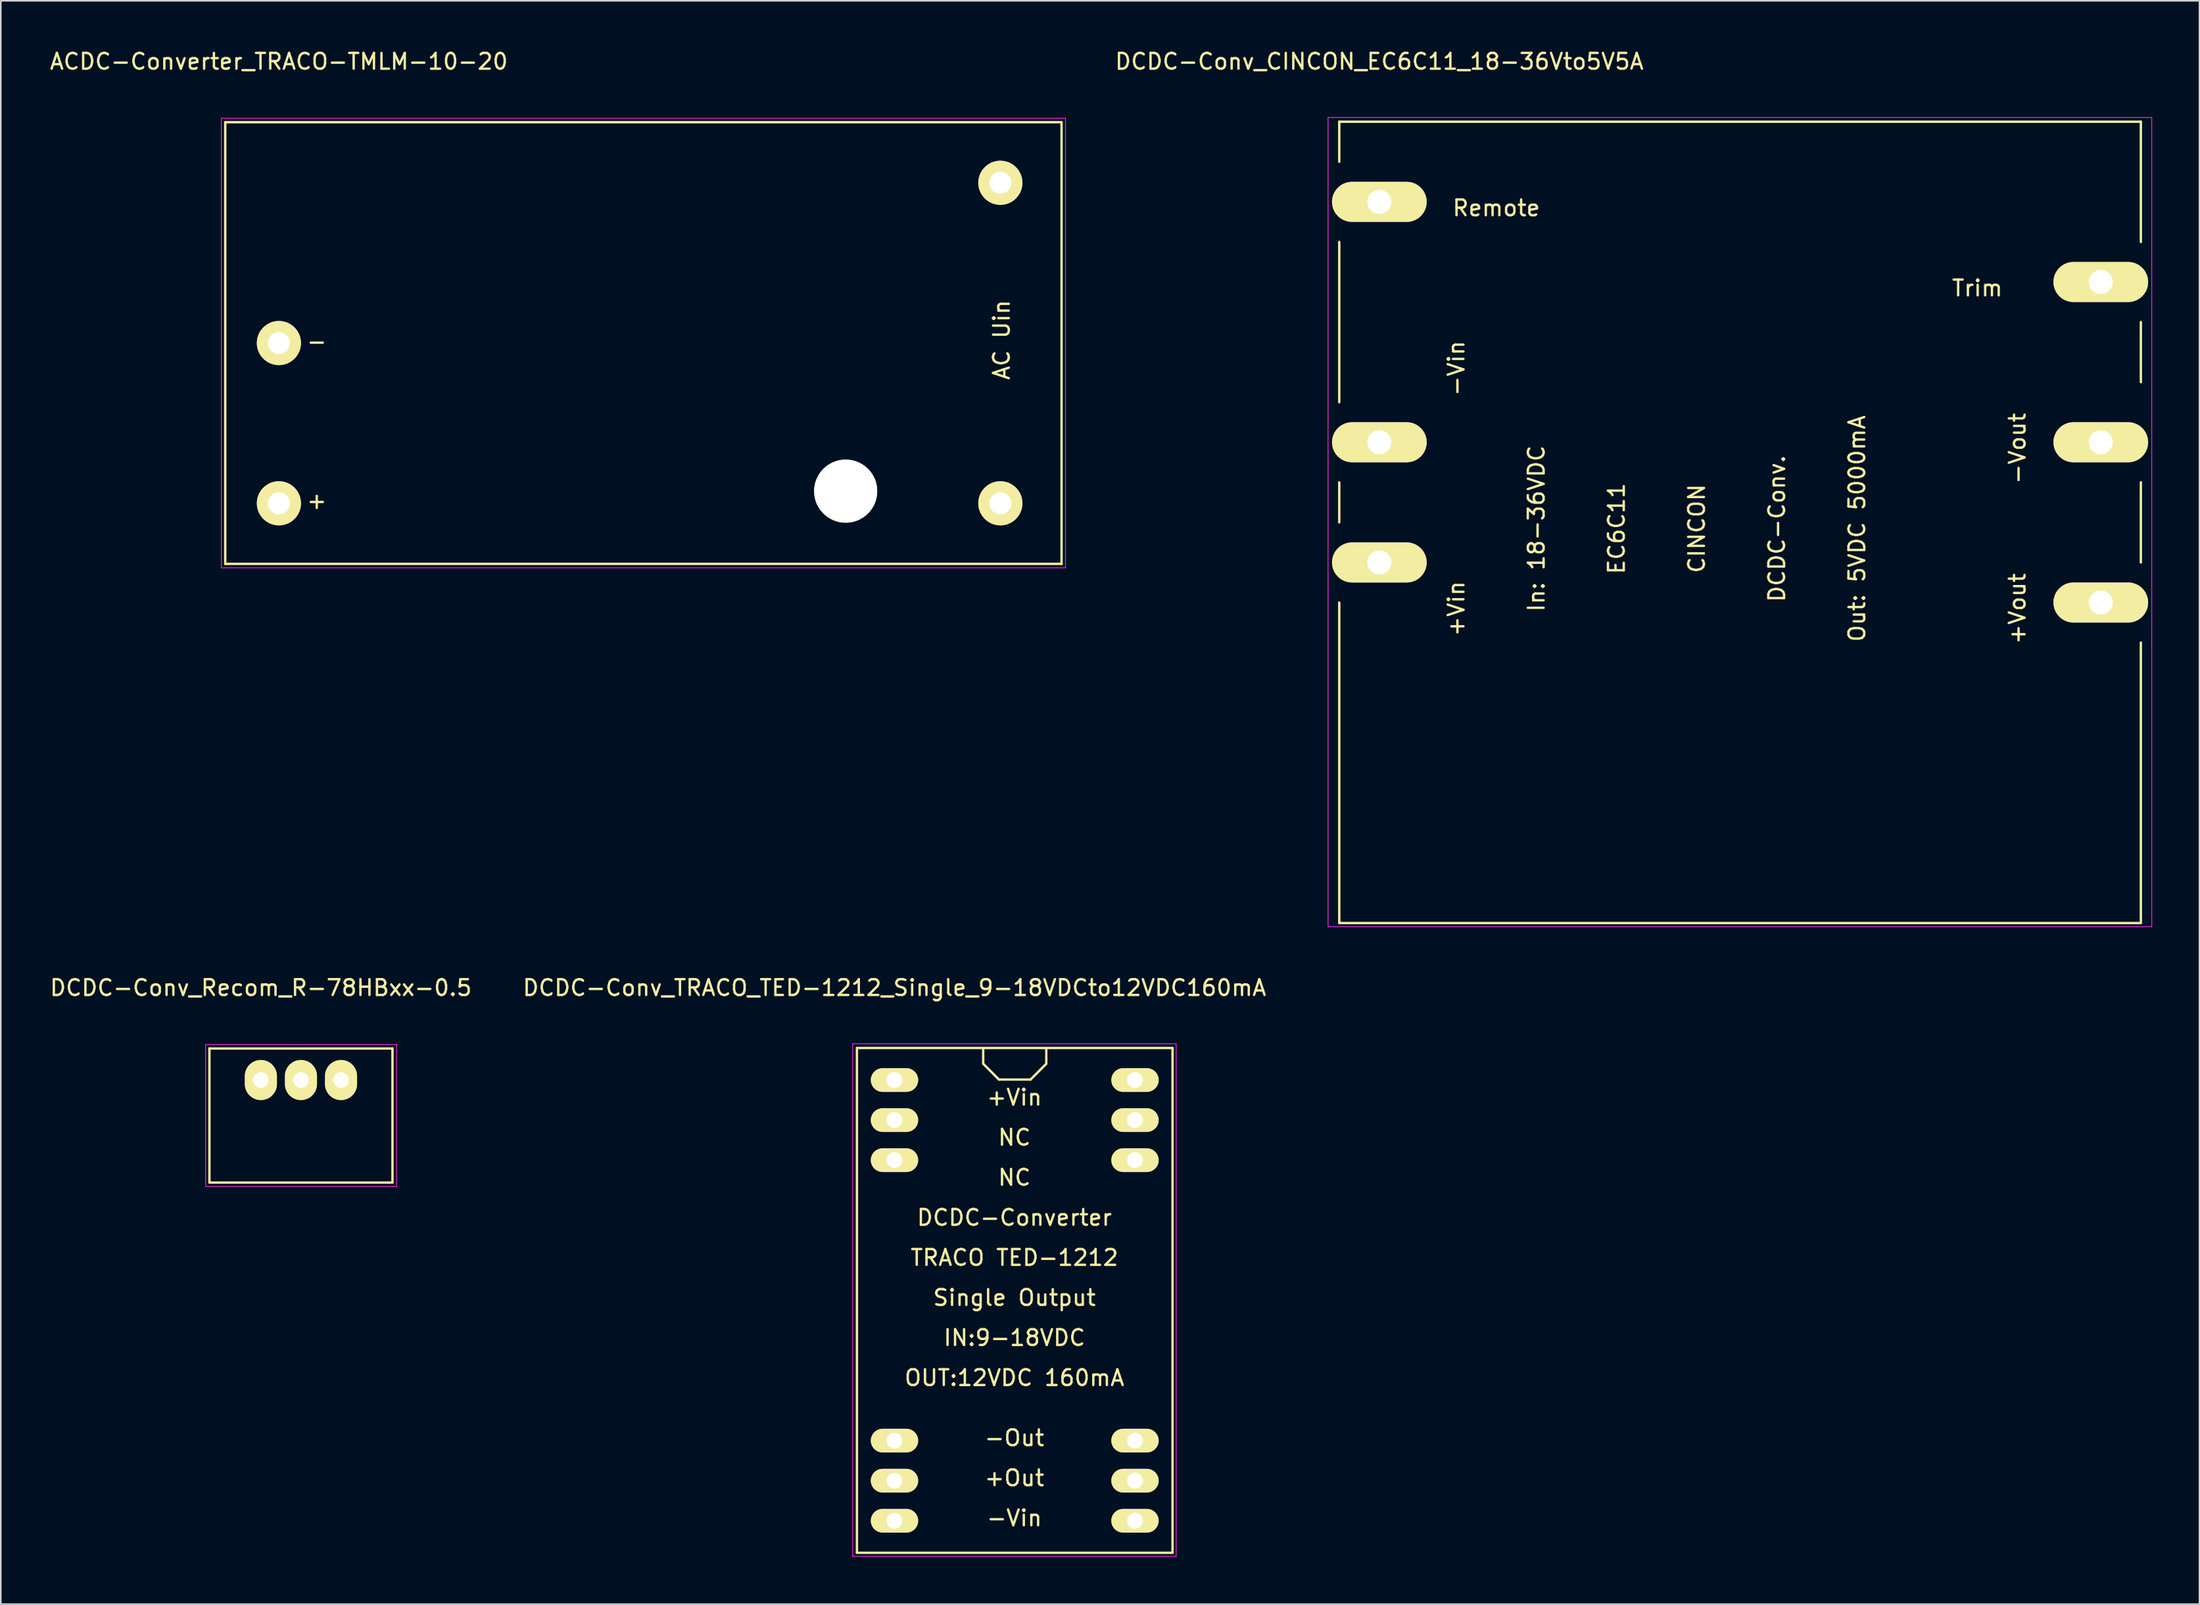
<source format=kicad_pcb>
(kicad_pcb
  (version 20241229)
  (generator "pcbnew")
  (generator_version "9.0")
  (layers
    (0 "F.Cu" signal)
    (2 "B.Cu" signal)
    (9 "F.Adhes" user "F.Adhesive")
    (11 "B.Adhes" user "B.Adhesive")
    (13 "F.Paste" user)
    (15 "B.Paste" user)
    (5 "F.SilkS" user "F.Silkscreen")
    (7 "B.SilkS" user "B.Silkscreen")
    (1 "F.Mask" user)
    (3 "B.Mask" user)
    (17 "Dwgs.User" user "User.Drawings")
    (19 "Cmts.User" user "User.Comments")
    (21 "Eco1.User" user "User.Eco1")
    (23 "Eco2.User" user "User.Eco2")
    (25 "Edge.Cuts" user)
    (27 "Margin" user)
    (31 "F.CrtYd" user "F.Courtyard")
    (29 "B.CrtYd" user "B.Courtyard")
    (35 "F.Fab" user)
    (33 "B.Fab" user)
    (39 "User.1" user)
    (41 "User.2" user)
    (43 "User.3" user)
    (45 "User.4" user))
  (footprint "DCDC-Conv_TRACO_TED-1212_Single_9-18VDCto12VDC160mA"
    (layer "F.Cu")
    (at 53.637 65.421)
    (property "Reference" "DCDC-Conv_TRACO_TED-1212_Single_9-18VDCto12VDC160mA" (at 0 -5.85 0) (layer "F.SilkS") (effects (font (size 1 1) (thickness 0.15))))
    (attr through_hole)
    (fp_line (start -2.38 -2.029) (end -2.38 29.97) (stroke (width 0.15) (type solid)) (layer "F.SilkS"))
    (fp_line (start -2.38 29.97) (end 17.62 29.97) (stroke (width 0.15) (type solid)) (layer "F.SilkS"))
    (fp_line (start 5.621 -2.029) (end 5.621 -1.031) (stroke (width 0.15) (type solid)) (layer "F.SilkS"))
    (fp_line (start 5.621 -1.031) (end 6.619 -0.03) (stroke (width 0.15) (type solid)) (layer "F.SilkS"))
    (fp_line (start 6.619 -0.03) (end 8.621 -0.03) (stroke (width 0.15) (type solid)) (layer "F.SilkS"))
    (fp_line (start 8.621 -0.03) (end 9.619 -1.031) (stroke (width 0.15) (type solid)) (layer "F.SilkS"))
    (fp_line (start 9.619 -1.031) (end 9.619 -2.029) (stroke (width 0.15) (type solid)) (layer "F.SilkS"))
    (fp_line (start 17.62 -2.029) (end -2.38 -2.029) (stroke (width 0.15) (type solid)) (layer "F.SilkS"))
    (fp_line (start 17.62 29.97) (end 17.62 -2.029) (stroke (width 0.15) (type solid)) (layer "F.SilkS"))
    (fp_line (start -2.65 -2.3) (end -2.65 30.2) (stroke (width 0.05) (type solid)) (layer "F.CrtYd"))
    (fp_line (start -2.65 -2.3) (end 17.85 -2.3) (stroke (width 0.05) (type solid)) (layer "F.CrtYd"))
    (fp_line (start -2.65 30.2) (end 17.85 30.2) (stroke (width 0.05) (type solid)) (layer "F.CrtYd"))
    (fp_line (start 17.85 -2.3) (end 17.85 30.2) (stroke (width 0.05) (type solid)) (layer "F.CrtYd"))
    (fp_text user "IN:9-18VDC" (at 7.6 16.34 0) (layer "F.SilkS") (effects (font (size 1 1) (thickness 0.15))))
    (fp_text user "DCDC-Converter" (at 7.6 8.72 0) (layer "F.SilkS") (effects (font (size 1 1) (thickness 0.15))))
    (fp_text user "OUT:12VDC 160mA" (at 7.6 18.88 0) (layer "F.SilkS") (effects (font (size 1 1) (thickness 0.15))))
    (fp_text user "Single Output" (at 7.6 13.8 0) (layer "F.SilkS") (effects (font (size 1 1) (thickness 0.15))))
    (fp_text user "-Vin" (at 7.6 27.77 0) (layer "F.SilkS") (effects (font (size 1 1) (thickness 0.15))))
    (fp_text user "TRACO TED-1212" (at 7.6 11.26 0) (layer "F.SilkS") (effects (font (size 1 1) (thickness 0.15))))
    (fp_text user "+Out" (at 7.6 25.23 0) (layer "F.SilkS") (effects (font (size 1 1) (thickness 0.15))))
    (fp_text user "-Out" (at 7.6 22.69 0) (layer "F.SilkS") (effects (font (size 1 1) (thickness 0.15))))
    (fp_text user "+Vin" (at 7.6 1.1 0) (layer "F.SilkS") (effects (font (size 1 1) (thickness 0.15))))
    (fp_text user "NC" (at 7.6 3.64 0) (layer "F.SilkS") (effects (font (size 1 1) (thickness 0.15))))
    (fp_text user "NC" (at 7.6 6.18 0) (layer "F.SilkS") (effects (font (size 1 1) (thickness 0.15))))
    (pad "1" thru_hole oval (at 0 0) (size 3 1.501) (drill 1.001) (layers "*.Cu" "*.Mask" "F.SilkS"))
    (pad "2" thru_hole oval (at 0 2.54) (size 3 1.501) (drill 1.001) (layers "*.Cu" "*.Mask" "F.SilkS"))
    (pad "3" thru_hole oval (at 0 5.08) (size 3 1.501) (drill 1.001) (layers "*.Cu" "*.Mask" "F.SilkS"))
    (pad "10" thru_hole oval (at 0 22.86) (size 3 1.501) (drill 1.001) (layers "*.Cu" "*.Mask" "F.SilkS"))
    (pad "11" thru_hole oval (at 0 25.4) (size 3 1.501) (drill 1.001) (layers "*.Cu" "*.Mask" "F.SilkS"))
    (pad "12" thru_hole oval (at 0 27.94) (size 3 1.501) (drill 1.001) (layers "*.Cu" "*.Mask" "F.SilkS"))
    (pad "13" thru_hole oval (at 15.24 27.94) (size 3 1.501) (drill 1.001) (layers "*.Cu" "*.Mask" "F.SilkS"))
    (pad "14" thru_hole oval (at 15.24 25.4) (size 3 1.501) (drill 1.001) (layers "*.Cu" "*.Mask" "F.SilkS"))
    (pad "15" thru_hole oval (at 15.24 22.86) (size 3 1.501) (drill 1.001) (layers "*.Cu" "*.Mask" "F.SilkS"))
    (pad "22" thru_hole oval (at 15.24 5.08) (size 3 1.501) (drill 1.001) (layers "*.Cu" "*.Mask" "F.SilkS"))
    (pad "23" thru_hole oval (at 15.24 2.54) (size 3 1.501) (drill 1.001) (layers "*.Cu" "*.Mask" "F.SilkS"))
    (pad "24" thru_hole oval (at 15.24 0) (size 3 1.501) (drill 1.001) (layers "*.Cu" "*.Mask" "F.SilkS")))
  (footprint "DCDC-Conv_Recom_R-78HBxx-0.5"
    (layer "F.Cu")
    (at 13.482 65.421)
    (property "Reference" "DCDC-Conv_Recom_R-78HBxx-0.5" (at 0 -5.85 0) (layer "F.SilkS") (effects (font (size 1 1) (thickness 0.15))))
    (attr through_hole)
    (fp_line (start -3.26 -2) (end 8.34 -2) (stroke (width 0.15) (type solid)) (layer "F.SilkS"))
    (fp_line (start -3.26 6.5) (end -3.26 -2) (stroke (width 0.15) (type solid)) (layer "F.SilkS"))
    (fp_line (start 8.34 -2) (end 8.34 6.5) (stroke (width 0.15) (type solid)) (layer "F.SilkS"))
    (fp_line (start 8.34 6.5) (end -3.26 6.5) (stroke (width 0.15) (type solid)) (layer "F.SilkS"))
    (fp_line (start -3.5 -2.25) (end -3.5 6.75) (stroke (width 0.05) (type solid)) (layer "F.CrtYd"))
    (fp_line (start -3.5 -2.25) (end 8.6 -2.25) (stroke (width 0.05) (type solid)) (layer "F.CrtYd"))
    (fp_line (start -3.5 6.75) (end 8.6 6.75) (stroke (width 0.05) (type solid)) (layer "F.CrtYd"))
    (fp_line (start 8.6 -2.25) (end 8.6 6.75) (stroke (width 0.05) (type solid)) (layer "F.CrtYd"))
    (pad "1" thru_hole oval (at 0 0) (size 2.032 2.54) (drill 1) (layers "*.Cu" "*.Mask" "F.SilkS"))
    (pad "2" thru_hole oval (at 2.54 0) (size 2.032 2.54) (drill 1) (layers "*.Cu" "*.Mask" "F.SilkS"))
    (pad "3" thru_hole oval (at 5.08 0) (size 2.032 2.54) (drill 1) (layers "*.Cu" "*.Mask" "F.SilkS")))
  (footprint "ACDC-Converter_TRACO-TMLM-10-20"
    (layer "F.Cu")
    (at 14.625 18.698)
    (property "Reference" "ACDC-Converter_TRACO-TMLM-10-20" (at 0 -17.85 0) (layer "F.SilkS") (effects (font (size 1 1) (thickness 0.15))))
    (attr through_hole)
    (fp_line (start -3.401 -14.001) (end 49.599 -14.001) (stroke (width 0.15) (type solid)) (layer "F.SilkS"))
    (fp_line (start -3.401 14.001) (end -3.401 -14.001) (stroke (width 0.15) (type solid)) (layer "F.SilkS"))
    (fp_line (start 49.599 -14.001) (end 49.599 14.001) (stroke (width 0.15) (type solid)) (layer "F.SilkS"))
    (fp_line (start 49.599 14.001) (end -3.401 14.001) (stroke (width 0.15) (type solid)) (layer "F.SilkS"))
    (fp_line (start -3.65 -14.25) (end -3.65 14.25) (stroke (width 0.05) (type solid)) (layer "F.CrtYd"))
    (fp_line (start -3.65 -14.25) (end 49.85 -14.25) (stroke (width 0.05) (type solid)) (layer "F.CrtYd"))
    (fp_line (start -3.65 14.25) (end 49.85 14.25) (stroke (width 0.05) (type solid)) (layer "F.CrtYd"))
    (fp_line (start 49.85 -14.25) (end 49.85 14.25) (stroke (width 0.05) (type solid)) (layer "F.CrtYd"))
    (fp_text user "AC Uin" (at 45.8 -0.2 90) (layer "F.SilkS") (effects (font (size 1 1) (thickness 0.15))))
    (fp_text user "-" (at 2.4 -0.1 0) (layer "F.SilkS") (effects (font (size 1 1) (thickness 0.15))))
    (fp_text user "+" (at 2.4 10 0) (layer "F.SilkS") (effects (font (size 1 1) (thickness 0.15))))
    (pad "" np_thru_hole circle (at 35.918 9.39) (size 4 4) (drill 4) (layers "*.Cu" "*.Mask" "F.SilkS"))
    (pad "1" thru_hole circle (at 0 0) (size 2.799 2.799) (drill 1.4) (layers "*.Cu" "*.Mask" "F.SilkS"))
    (pad "2" thru_hole circle (at 0 10.16) (size 2.799 2.799) (drill 1.4) (layers "*.Cu" "*.Mask" "F.SilkS"))
    (pad "3" thru_hole circle (at 45.72 10.16) (size 2.799 2.799) (drill 1.4) (layers "*.Cu" "*.Mask" "F.SilkS"))
    (pad "4" thru_hole circle (at 45.72 -10.16) (size 2.799 2.799) (drill 1.4) (layers "*.Cu" "*.Mask" "F.SilkS")))
  (footprint "DCDC-Conv_CINCON_EC6C11_18-36Vto5V5A"
    (layer "F.Cu")
    (at 84.363 9.748)
    (property "Reference" "DCDC-Conv_CINCON_EC6C11_18-36Vto5V5A" (at 0 -8.9 0) (layer "F.SilkS") (effects (font (size 1 1) (thickness 0.15))))
    (attr through_hole)
    (fp_line (start -2.54 -5.08) (end 48.26 -5.08) (stroke (width 0.15) (type solid)) (layer "F.SilkS"))
    (fp_line (start -2.54 -2.54) (end -2.54 -5.08) (stroke (width 0.15) (type solid)) (layer "F.SilkS"))
    (fp_line (start -2.54 12.7) (end -2.54 2.54) (stroke (width 0.15) (type solid)) (layer "F.SilkS"))
    (fp_line (start -2.54 20.32) (end -2.54 17.78) (stroke (width 0.15) (type solid)) (layer "F.SilkS"))
    (fp_line (start -2.54 45.72) (end -2.54 25.4) (stroke (width 0.15) (type solid)) (layer "F.SilkS"))
    (fp_line (start 48.26 2.54) (end 48.26 -5.08) (stroke (width 0.15) (type solid)) (layer "F.SilkS"))
    (fp_line (start 48.26 11.43) (end 48.26 7.62) (stroke (width 0.15) (type solid)) (layer "F.SilkS"))
    (fp_line (start 48.26 22.86) (end 48.26 17.78) (stroke (width 0.15) (type solid)) (layer "F.SilkS"))
    (fp_line (start 48.26 45.72) (end -2.54 45.72) (stroke (width 0.15) (type solid)) (layer "F.SilkS"))
    (fp_line (start 48.26 45.72) (end 48.26 27.94) (stroke (width 0.15) (type solid)) (layer "F.SilkS"))
    (fp_line (start -3.25 -5.35) (end -3.25 45.95) (stroke (width 0.05) (type solid)) (layer "F.CrtYd"))
    (fp_line (start -3.25 -5.35) (end 48.95 -5.35) (stroke (width 0.05) (type solid)) (layer "F.CrtYd"))
    (fp_line (start -3.25 45.95) (end 48.95 45.95) (stroke (width 0.05) (type solid)) (layer "F.CrtYd"))
    (fp_line (start 48.95 -5.35) (end 48.95 45.95) (stroke (width 0.05) (type solid)) (layer "F.CrtYd"))
    (fp_text user "-Vin" (at 4.874 10.551 270) (layer "F.SilkS") (effects (font (size 1 1) (thickness 0.15))))
    (fp_text user "-Vout" (at 40.434 15.631 270) (layer "F.SilkS") (effects (font (size 1 1) (thickness 0.15))))
    (fp_text user "Out: 5VDC 5000mA" (at 30.274 20.711 270) (layer "F.SilkS") (effects (font (size 1 1) (thickness 0.15))))
    (fp_text user "Trim" (at 37.894 5.471 0) (layer "F.SilkS") (effects (font (size 1 1) (thickness 0.15))))
    (fp_text user "+Vout" (at 40.434 25.791 270) (layer "F.SilkS") (effects (font (size 1 1) (thickness 0.15))))
    (fp_text user "CINCON" (at 20.114 20.711 270) (layer "F.SilkS") (effects (font (size 1 1) (thickness 0.15))))
    (fp_text user "EC6C11" (at 15.034 20.711 270) (layer "F.SilkS") (effects (font (size 1 1) (thickness 0.15))))
    (fp_text user "DCDC-Conv." (at 25.194 20.711 270) (layer "F.SilkS") (effects (font (size 1 1) (thickness 0.15))))
    (fp_text user "+Vin" (at 4.874 25.791 270) (layer "F.SilkS") (effects (font (size 1 1) (thickness 0.15))))
    (fp_text user "In: 18-36VDC" (at 9.954 20.711 270) (layer "F.SilkS") (effects (font (size 1 1) (thickness 0.15))))
    (fp_text user "Remote" (at 7.414 0.391 0) (layer "F.SilkS") (effects (font (size 1 1) (thickness 0.15))))
    (pad "1" thru_hole oval (at 0 0) (size 5.999 2.54) (drill 1.524) (layers "*.Cu" "*.Mask" "F.SilkS"))
    (pad "3" thru_hole oval (at 0 15.24) (size 5.999 2.54) (drill 1.524) (layers "*.Cu" "*.Mask" "F.SilkS"))
    (pad "4" thru_hole oval (at 0 22.86) (size 5.999 2.54) (drill 1.524) (layers "*.Cu" "*.Mask" "F.SilkS"))
    (pad "5" thru_hole oval (at 45.72 5.08) (size 5.999 2.54) (drill 1.524) (layers "*.Cu" "*.Mask" "F.SilkS"))
    (pad "6" thru_hole oval (at 45.72 15.24) (size 5.999 2.54) (drill 1.524) (layers "*.Cu" "*.Mask" "F.SilkS"))
    (pad "7" thru_hole oval (at 45.72 25.4) (size 5.999 2.54) (drill 1.524) (layers "*.Cu" "*.Mask" "F.SilkS")))
  (gr_rect
    (start -3 -3)
    (end 136.338 98.647)
    (stroke (width 0.1) (type default))
    (fill no)
    (layer "Edge.Cuts")))
</source>
